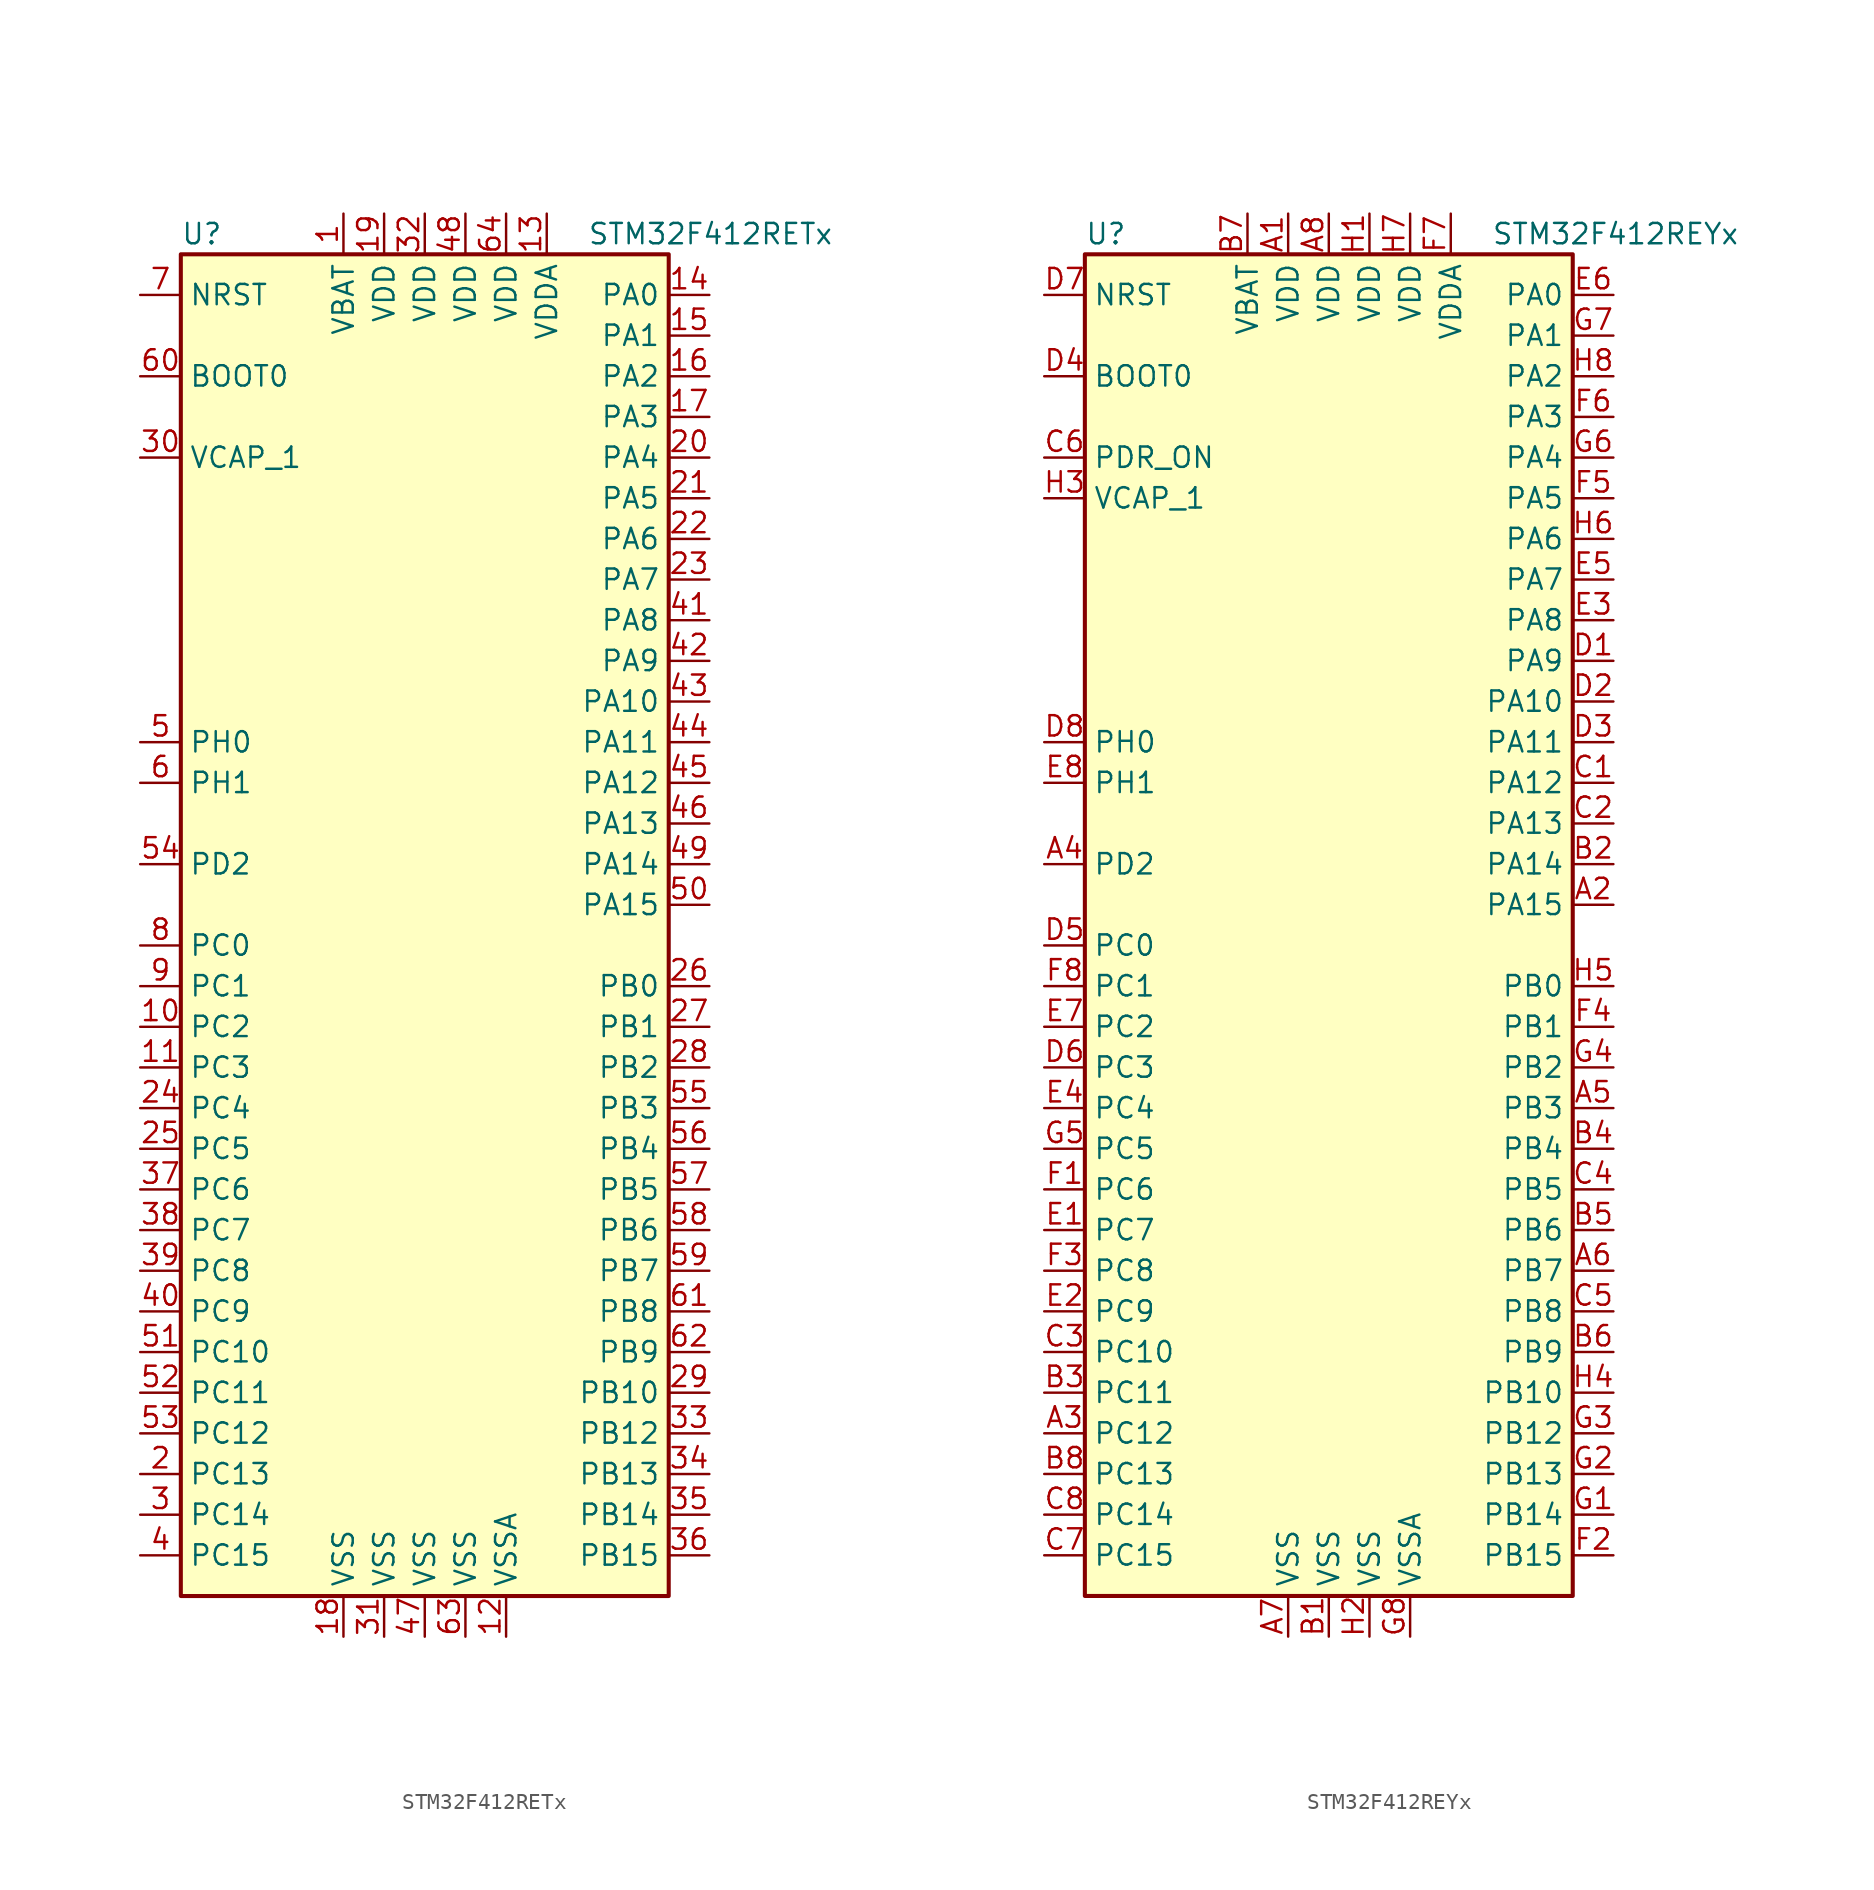
<source format=kicad_sym>
(kicad_symbol_lib
  (version 20201005)
  (generator kicad_symbol_editor)
  (symbol "STM32F412RETx"
    (property "Reference" "U"
      (at -15.24 41.91 0)
      (effects (font (size 1.27 1.27)) (justify left)))
    (property "Value" "STM32F412RETx"
      (at 10.16 41.91 0)
      (effects (font (size 1.27 1.27)) (justify left)))
    (symbol "STM32F412RETx_0_1"
      (rectangle (start -15.24 -43.18) (end 15.24 40.64) (stroke (width 0.254)) (fill (type background))))
    (symbol "STM32F412RETx_1_1"
      (pin input line (at -17.78 33.02 0) (length 2.54) (name "BOOT0" (effects (font (size 1.27 1.27)))) (number "60" (effects (font (size 1.27 1.27)))))
      (pin input line (at -17.78 38.1 0) (length 2.54) (name "NRST" (effects (font (size 1.27 1.27)))) (number "7" (effects (font (size 1.27 1.27)))))
      (pin bidirectional line (at 17.78 38.1 180) (length 2.54) (name "PA0" (effects (font (size 1.27 1.27)))) (number "14" (effects (font (size 1.27 1.27)))))
      (pin bidirectional line (at 17.78 35.56 180) (length 2.54) (name "PA1" (effects (font (size 1.27 1.27)))) (number "15" (effects (font (size 1.27 1.27)))))
      (pin bidirectional line (at 17.78 12.7 180) (length 2.54) (name "PA10" (effects (font (size 1.27 1.27)))) (number "43" (effects (font (size 1.27 1.27)))))
      (pin bidirectional line (at 17.78 10.16 180) (length 2.54) (name "PA11" (effects (font (size 1.27 1.27)))) (number "44" (effects (font (size 1.27 1.27)))))
      (pin bidirectional line (at 17.78 7.62 180) (length 2.54) (name "PA12" (effects (font (size 1.27 1.27)))) (number "45" (effects (font (size 1.27 1.27)))))
      (pin bidirectional line (at 17.78 5.08 180) (length 2.54) (name "PA13" (effects (font (size 1.27 1.27)))) (number "46" (effects (font (size 1.27 1.27)))))
      (pin bidirectional line (at 17.78 2.54 180) (length 2.54) (name "PA14" (effects (font (size 1.27 1.27)))) (number "49" (effects (font (size 1.27 1.27)))))
      (pin bidirectional line (at 17.78 0 180) (length 2.54) (name "PA15" (effects (font (size 1.27 1.27)))) (number "50" (effects (font (size 1.27 1.27)))))
      (pin bidirectional line (at 17.78 33.02 180) (length 2.54) (name "PA2" (effects (font (size 1.27 1.27)))) (number "16" (effects (font (size 1.27 1.27)))))
      (pin bidirectional line (at 17.78 30.48 180) (length 2.54) (name "PA3" (effects (font (size 1.27 1.27)))) (number "17" (effects (font (size 1.27 1.27)))))
      (pin bidirectional line (at 17.78 27.94 180) (length 2.54) (name "PA4" (effects (font (size 1.27 1.27)))) (number "20" (effects (font (size 1.27 1.27)))))
      (pin bidirectional line (at 17.78 25.4 180) (length 2.54) (name "PA5" (effects (font (size 1.27 1.27)))) (number "21" (effects (font (size 1.27 1.27)))))
      (pin bidirectional line (at 17.78 22.86 180) (length 2.54) (name "PA6" (effects (font (size 1.27 1.27)))) (number "22" (effects (font (size 1.27 1.27)))))
      (pin bidirectional line (at 17.78 20.32 180) (length 2.54) (name "PA7" (effects (font (size 1.27 1.27)))) (number "23" (effects (font (size 1.27 1.27)))))
      (pin bidirectional line (at 17.78 17.78 180) (length 2.54) (name "PA8" (effects (font (size 1.27 1.27)))) (number "41" (effects (font (size 1.27 1.27)))))
      (pin bidirectional line (at 17.78 15.24 180) (length 2.54) (name "PA9" (effects (font (size 1.27 1.27)))) (number "42" (effects (font (size 1.27 1.27)))))
      (pin bidirectional line (at 17.78 -5.08 180) (length 2.54) (name "PB0" (effects (font (size 1.27 1.27)))) (number "26" (effects (font (size 1.27 1.27)))))
      (pin bidirectional line (at 17.78 -7.62 180) (length 2.54) (name "PB1" (effects (font (size 1.27 1.27)))) (number "27" (effects (font (size 1.27 1.27)))))
      (pin bidirectional line (at 17.78 -30.48 180) (length 2.54) (name "PB10" (effects (font (size 1.27 1.27)))) (number "29" (effects (font (size 1.27 1.27)))))
      (pin bidirectional line (at 17.78 -33.02 180) (length 2.54) (name "PB12" (effects (font (size 1.27 1.27)))) (number "33" (effects (font (size 1.27 1.27)))))
      (pin bidirectional line (at 17.78 -35.56 180) (length 2.54) (name "PB13" (effects (font (size 1.27 1.27)))) (number "34" (effects (font (size 1.27 1.27)))))
      (pin bidirectional line (at 17.78 -38.1 180) (length 2.54) (name "PB14" (effects (font (size 1.27 1.27)))) (number "35" (effects (font (size 1.27 1.27)))))
      (pin bidirectional line (at 17.78 -40.64 180) (length 2.54) (name "PB15" (effects (font (size 1.27 1.27)))) (number "36" (effects (font (size 1.27 1.27)))))
      (pin bidirectional line (at 17.78 -10.16 180) (length 2.54) (name "PB2" (effects (font (size 1.27 1.27)))) (number "28" (effects (font (size 1.27 1.27)))))
      (pin bidirectional line (at 17.78 -12.7 180) (length 2.54) (name "PB3" (effects (font (size 1.27 1.27)))) (number "55" (effects (font (size 1.27 1.27)))))
      (pin bidirectional line (at 17.78 -15.24 180) (length 2.54) (name "PB4" (effects (font (size 1.27 1.27)))) (number "56" (effects (font (size 1.27 1.27)))))
      (pin bidirectional line (at 17.78 -17.78 180) (length 2.54) (name "PB5" (effects (font (size 1.27 1.27)))) (number "57" (effects (font (size 1.27 1.27)))))
      (pin bidirectional line (at 17.78 -20.32 180) (length 2.54) (name "PB6" (effects (font (size 1.27 1.27)))) (number "58" (effects (font (size 1.27 1.27)))))
      (pin bidirectional line (at 17.78 -22.86 180) (length 2.54) (name "PB7" (effects (font (size 1.27 1.27)))) (number "59" (effects (font (size 1.27 1.27)))))
      (pin bidirectional line (at 17.78 -25.4 180) (length 2.54) (name "PB8" (effects (font (size 1.27 1.27)))) (number "61" (effects (font (size 1.27 1.27)))))
      (pin bidirectional line (at 17.78 -27.94 180) (length 2.54) (name "PB9" (effects (font (size 1.27 1.27)))) (number "62" (effects (font (size 1.27 1.27)))))
      (pin bidirectional line (at -17.78 -2.54 0) (length 2.54) (name "PC0" (effects (font (size 1.27 1.27)))) (number "8" (effects (font (size 1.27 1.27)))))
      (pin bidirectional line (at -17.78 -5.08 0) (length 2.54) (name "PC1" (effects (font (size 1.27 1.27)))) (number "9" (effects (font (size 1.27 1.27)))))
      (pin bidirectional line (at -17.78 -27.94 0) (length 2.54) (name "PC10" (effects (font (size 1.27 1.27)))) (number "51" (effects (font (size 1.27 1.27)))))
      (pin bidirectional line (at -17.78 -30.48 0) (length 2.54) (name "PC11" (effects (font (size 1.27 1.27)))) (number "52" (effects (font (size 1.27 1.27)))))
      (pin bidirectional line (at -17.78 -33.02 0) (length 2.54) (name "PC12" (effects (font (size 1.27 1.27)))) (number "53" (effects (font (size 1.27 1.27)))))
      (pin bidirectional line (at -17.78 -35.56 0) (length 2.54) (name "PC13" (effects (font (size 1.27 1.27)))) (number "2" (effects (font (size 1.27 1.27)))))
      (pin bidirectional line (at -17.78 -38.1 0) (length 2.54) (name "PC14" (effects (font (size 1.27 1.27)))) (number "3" (effects (font (size 1.27 1.27)))))
      (pin bidirectional line (at -17.78 -40.64 0) (length 2.54) (name "PC15" (effects (font (size 1.27 1.27)))) (number "4" (effects (font (size 1.27 1.27)))))
      (pin bidirectional line (at -17.78 -7.62 0) (length 2.54) (name "PC2" (effects (font (size 1.27 1.27)))) (number "10" (effects (font (size 1.27 1.27)))))
      (pin bidirectional line (at -17.78 -10.16 0) (length 2.54) (name "PC3" (effects (font (size 1.27 1.27)))) (number "11" (effects (font (size 1.27 1.27)))))
      (pin bidirectional line (at -17.78 -12.7 0) (length 2.54) (name "PC4" (effects (font (size 1.27 1.27)))) (number "24" (effects (font (size 1.27 1.27)))))
      (pin bidirectional line (at -17.78 -15.24 0) (length 2.54) (name "PC5" (effects (font (size 1.27 1.27)))) (number "25" (effects (font (size 1.27 1.27)))))
      (pin bidirectional line (at -17.78 -17.78 0) (length 2.54) (name "PC6" (effects (font (size 1.27 1.27)))) (number "37" (effects (font (size 1.27 1.27)))))
      (pin bidirectional line (at -17.78 -20.32 0) (length 2.54) (name "PC7" (effects (font (size 1.27 1.27)))) (number "38" (effects (font (size 1.27 1.27)))))
      (pin bidirectional line (at -17.78 -22.86 0) (length 2.54) (name "PC8" (effects (font (size 1.27 1.27)))) (number "39" (effects (font (size 1.27 1.27)))))
      (pin bidirectional line (at -17.78 -25.4 0) (length 2.54) (name "PC9" (effects (font (size 1.27 1.27)))) (number "40" (effects (font (size 1.27 1.27)))))
      (pin bidirectional line (at -17.78 2.54 0) (length 2.54) (name "PD2" (effects (font (size 1.27 1.27)))) (number "54" (effects (font (size 1.27 1.27)))))
      (pin input line (at -17.78 10.16 0) (length 2.54) (name "PH0" (effects (font (size 1.27 1.27)))) (number "5" (effects (font (size 1.27 1.27)))))
      (pin input line (at -17.78 7.62 0) (length 2.54) (name "PH1" (effects (font (size 1.27 1.27)))) (number "6" (effects (font (size 1.27 1.27)))))
      (pin power_in line (at -5.08 43.18 270) (length 2.54) (name "VBAT" (effects (font (size 1.27 1.27)))) (number "1" (effects (font (size 1.27 1.27)))))
      (pin power_in line (at -17.78 27.94 0) (length 2.54) (name "VCAP_1" (effects (font (size 1.27 1.27)))) (number "30" (effects (font (size 1.27 1.27)))))
      (pin power_in line (at -2.54 43.18 270) (length 2.54) (name "VDD" (effects (font (size 1.27 1.27)))) (number "19" (effects (font (size 1.27 1.27)))))
      (pin power_in line (at 0 43.18 270) (length 2.54) (name "VDD" (effects (font (size 1.27 1.27)))) (number "32" (effects (font (size 1.27 1.27)))))
      (pin power_in line (at 2.54 43.18 270) (length 2.54) (name "VDD" (effects (font (size 1.27 1.27)))) (number "48" (effects (font (size 1.27 1.27)))))
      (pin power_in line (at 5.08 43.18 270) (length 2.54) (name "VDD" (effects (font (size 1.27 1.27)))) (number "64" (effects (font (size 1.27 1.27)))))
      (pin power_in line (at 7.62 43.18 270) (length 2.54) (name "VDDA" (effects (font (size 1.27 1.27)))) (number "13" (effects (font (size 1.27 1.27)))))
      (pin power_in line (at -5.08 -45.72 90) (length 2.54) (name "VSS" (effects (font (size 1.27 1.27)))) (number "18" (effects (font (size 1.27 1.27)))))
      (pin power_in line (at -2.54 -45.72 90) (length 2.54) (name "VSS" (effects (font (size 1.27 1.27)))) (number "31" (effects (font (size 1.27 1.27)))))
      (pin power_in line (at 0 -45.72 90) (length 2.54) (name "VSS" (effects (font (size 1.27 1.27)))) (number "47" (effects (font (size 1.27 1.27)))))
      (pin power_in line (at 2.54 -45.72 90) (length 2.54) (name "VSS" (effects (font (size 1.27 1.27)))) (number "63" (effects (font (size 1.27 1.27)))))
      (pin power_in line (at 5.08 -45.72 90) (length 2.54) (name "VSSA" (effects (font (size 1.27 1.27)))) (number "12" (effects (font (size 1.27 1.27)))))))
  (symbol "STM32F412REYx"
    (property "Reference" "U"
      (at -15.24 41.91 0)
      (effects (font (size 1.27 1.27)) (justify left)))
    (property "Value" "STM32F412REYx"
      (at 10.16 41.91 0)
      (effects (font (size 1.27 1.27)) (justify left)))
    (symbol "STM32F412REYx_0_1"
      (rectangle (start -15.24 -43.18) (end 15.24 40.64) (stroke (width 0.254)) (fill (type background))))
    (symbol "STM32F412REYx_1_1"
      (pin input line (at -17.78 33.02 0) (length 2.54) (name "BOOT0" (effects (font (size 1.27 1.27)))) (number "D4" (effects (font (size 1.27 1.27)))))
      (pin input line (at -17.78 38.1 0) (length 2.54) (name "NRST" (effects (font (size 1.27 1.27)))) (number "D7" (effects (font (size 1.27 1.27)))))
      (pin bidirectional line (at 17.78 38.1 180) (length 2.54) (name "PA0" (effects (font (size 1.27 1.27)))) (number "E6" (effects (font (size 1.27 1.27)))))
      (pin bidirectional line (at 17.78 35.56 180) (length 2.54) (name "PA1" (effects (font (size 1.27 1.27)))) (number "G7" (effects (font (size 1.27 1.27)))))
      (pin bidirectional line (at 17.78 12.7 180) (length 2.54) (name "PA10" (effects (font (size 1.27 1.27)))) (number "D2" (effects (font (size 1.27 1.27)))))
      (pin bidirectional line (at 17.78 10.16 180) (length 2.54) (name "PA11" (effects (font (size 1.27 1.27)))) (number "D3" (effects (font (size 1.27 1.27)))))
      (pin bidirectional line (at 17.78 7.62 180) (length 2.54) (name "PA12" (effects (font (size 1.27 1.27)))) (number "C1" (effects (font (size 1.27 1.27)))))
      (pin bidirectional line (at 17.78 5.08 180) (length 2.54) (name "PA13" (effects (font (size 1.27 1.27)))) (number "C2" (effects (font (size 1.27 1.27)))))
      (pin bidirectional line (at 17.78 2.54 180) (length 2.54) (name "PA14" (effects (font (size 1.27 1.27)))) (number "B2" (effects (font (size 1.27 1.27)))))
      (pin bidirectional line (at 17.78 0 180) (length 2.54) (name "PA15" (effects (font (size 1.27 1.27)))) (number "A2" (effects (font (size 1.27 1.27)))))
      (pin bidirectional line (at 17.78 33.02 180) (length 2.54) (name "PA2" (effects (font (size 1.27 1.27)))) (number "H8" (effects (font (size 1.27 1.27)))))
      (pin bidirectional line (at 17.78 30.48 180) (length 2.54) (name "PA3" (effects (font (size 1.27 1.27)))) (number "F6" (effects (font (size 1.27 1.27)))))
      (pin bidirectional line (at 17.78 27.94 180) (length 2.54) (name "PA4" (effects (font (size 1.27 1.27)))) (number "G6" (effects (font (size 1.27 1.27)))))
      (pin bidirectional line (at 17.78 25.4 180) (length 2.54) (name "PA5" (effects (font (size 1.27 1.27)))) (number "F5" (effects (font (size 1.27 1.27)))))
      (pin bidirectional line (at 17.78 22.86 180) (length 2.54) (name "PA6" (effects (font (size 1.27 1.27)))) (number "H6" (effects (font (size 1.27 1.27)))))
      (pin bidirectional line (at 17.78 20.32 180) (length 2.54) (name "PA7" (effects (font (size 1.27 1.27)))) (number "E5" (effects (font (size 1.27 1.27)))))
      (pin bidirectional line (at 17.78 17.78 180) (length 2.54) (name "PA8" (effects (font (size 1.27 1.27)))) (number "E3" (effects (font (size 1.27 1.27)))))
      (pin bidirectional line (at 17.78 15.24 180) (length 2.54) (name "PA9" (effects (font (size 1.27 1.27)))) (number "D1" (effects (font (size 1.27 1.27)))))
      (pin bidirectional line (at 17.78 -5.08 180) (length 2.54) (name "PB0" (effects (font (size 1.27 1.27)))) (number "H5" (effects (font (size 1.27 1.27)))))
      (pin bidirectional line (at 17.78 -7.62 180) (length 2.54) (name "PB1" (effects (font (size 1.27 1.27)))) (number "F4" (effects (font (size 1.27 1.27)))))
      (pin bidirectional line (at 17.78 -30.48 180) (length 2.54) (name "PB10" (effects (font (size 1.27 1.27)))) (number "H4" (effects (font (size 1.27 1.27)))))
      (pin bidirectional line (at 17.78 -33.02 180) (length 2.54) (name "PB12" (effects (font (size 1.27 1.27)))) (number "G3" (effects (font (size 1.27 1.27)))))
      (pin bidirectional line (at 17.78 -35.56 180) (length 2.54) (name "PB13" (effects (font (size 1.27 1.27)))) (number "G2" (effects (font (size 1.27 1.27)))))
      (pin bidirectional line (at 17.78 -38.1 180) (length 2.54) (name "PB14" (effects (font (size 1.27 1.27)))) (number "G1" (effects (font (size 1.27 1.27)))))
      (pin bidirectional line (at 17.78 -40.64 180) (length 2.54) (name "PB15" (effects (font (size 1.27 1.27)))) (number "F2" (effects (font (size 1.27 1.27)))))
      (pin bidirectional line (at 17.78 -10.16 180) (length 2.54) (name "PB2" (effects (font (size 1.27 1.27)))) (number "G4" (effects (font (size 1.27 1.27)))))
      (pin bidirectional line (at 17.78 -12.7 180) (length 2.54) (name "PB3" (effects (font (size 1.27 1.27)))) (number "A5" (effects (font (size 1.27 1.27)))))
      (pin bidirectional line (at 17.78 -15.24 180) (length 2.54) (name "PB4" (effects (font (size 1.27 1.27)))) (number "B4" (effects (font (size 1.27 1.27)))))
      (pin bidirectional line (at 17.78 -17.78 180) (length 2.54) (name "PB5" (effects (font (size 1.27 1.27)))) (number "C4" (effects (font (size 1.27 1.27)))))
      (pin bidirectional line (at 17.78 -20.32 180) (length 2.54) (name "PB6" (effects (font (size 1.27 1.27)))) (number "B5" (effects (font (size 1.27 1.27)))))
      (pin bidirectional line (at 17.78 -22.86 180) (length 2.54) (name "PB7" (effects (font (size 1.27 1.27)))) (number "A6" (effects (font (size 1.27 1.27)))))
      (pin bidirectional line (at 17.78 -25.4 180) (length 2.54) (name "PB8" (effects (font (size 1.27 1.27)))) (number "C5" (effects (font (size 1.27 1.27)))))
      (pin bidirectional line (at 17.78 -27.94 180) (length 2.54) (name "PB9" (effects (font (size 1.27 1.27)))) (number "B6" (effects (font (size 1.27 1.27)))))
      (pin bidirectional line (at -17.78 -2.54 0) (length 2.54) (name "PC0" (effects (font (size 1.27 1.27)))) (number "D5" (effects (font (size 1.27 1.27)))))
      (pin bidirectional line (at -17.78 -5.08 0) (length 2.54) (name "PC1" (effects (font (size 1.27 1.27)))) (number "F8" (effects (font (size 1.27 1.27)))))
      (pin bidirectional line (at -17.78 -27.94 0) (length 2.54) (name "PC10" (effects (font (size 1.27 1.27)))) (number "C3" (effects (font (size 1.27 1.27)))))
      (pin bidirectional line (at -17.78 -30.48 0) (length 2.54) (name "PC11" (effects (font (size 1.27 1.27)))) (number "B3" (effects (font (size 1.27 1.27)))))
      (pin bidirectional line (at -17.78 -33.02 0) (length 2.54) (name "PC12" (effects (font (size 1.27 1.27)))) (number "A3" (effects (font (size 1.27 1.27)))))
      (pin bidirectional line (at -17.78 -35.56 0) (length 2.54) (name "PC13" (effects (font (size 1.27 1.27)))) (number "B8" (effects (font (size 1.27 1.27)))))
      (pin bidirectional line (at -17.78 -38.1 0) (length 2.54) (name "PC14" (effects (font (size 1.27 1.27)))) (number "C8" (effects (font (size 1.27 1.27)))))
      (pin bidirectional line (at -17.78 -40.64 0) (length 2.54) (name "PC15" (effects (font (size 1.27 1.27)))) (number "C7" (effects (font (size 1.27 1.27)))))
      (pin bidirectional line (at -17.78 -7.62 0) (length 2.54) (name "PC2" (effects (font (size 1.27 1.27)))) (number "E7" (effects (font (size 1.27 1.27)))))
      (pin bidirectional line (at -17.78 -10.16 0) (length 2.54) (name "PC3" (effects (font (size 1.27 1.27)))) (number "D6" (effects (font (size 1.27 1.27)))))
      (pin bidirectional line (at -17.78 -12.7 0) (length 2.54) (name "PC4" (effects (font (size 1.27 1.27)))) (number "E4" (effects (font (size 1.27 1.27)))))
      (pin bidirectional line (at -17.78 -15.24 0) (length 2.54) (name "PC5" (effects (font (size 1.27 1.27)))) (number "G5" (effects (font (size 1.27 1.27)))))
      (pin bidirectional line (at -17.78 -17.78 0) (length 2.54) (name "PC6" (effects (font (size 1.27 1.27)))) (number "F1" (effects (font (size 1.27 1.27)))))
      (pin bidirectional line (at -17.78 -20.32 0) (length 2.54) (name "PC7" (effects (font (size 1.27 1.27)))) (number "E1" (effects (font (size 1.27 1.27)))))
      (pin bidirectional line (at -17.78 -22.86 0) (length 2.54) (name "PC8" (effects (font (size 1.27 1.27)))) (number "F3" (effects (font (size 1.27 1.27)))))
      (pin bidirectional line (at -17.78 -25.4 0) (length 2.54) (name "PC9" (effects (font (size 1.27 1.27)))) (number "E2" (effects (font (size 1.27 1.27)))))
      (pin bidirectional line (at -17.78 2.54 0) (length 2.54) (name "PD2" (effects (font (size 1.27 1.27)))) (number "A4" (effects (font (size 1.27 1.27)))))
      (pin power_in line (at -17.78 27.94 0) (length 2.54) (name "PDR_ON" (effects (font (size 1.27 1.27)))) (number "C6" (effects (font (size 1.27 1.27)))))
      (pin input line (at -17.78 10.16 0) (length 2.54) (name "PH0" (effects (font (size 1.27 1.27)))) (number "D8" (effects (font (size 1.27 1.27)))))
      (pin input line (at -17.78 7.62 0) (length 2.54) (name "PH1" (effects (font (size 1.27 1.27)))) (number "E8" (effects (font (size 1.27 1.27)))))
      (pin power_in line (at -5.08 43.18 270) (length 2.54) (name "VBAT" (effects (font (size 1.27 1.27)))) (number "B7" (effects (font (size 1.27 1.27)))))
      (pin power_in line (at -17.78 25.4 0) (length 2.54) (name "VCAP_1" (effects (font (size 1.27 1.27)))) (number "H3" (effects (font (size 1.27 1.27)))))
      (pin power_in line (at -2.54 43.18 270) (length 2.54) (name "VDD" (effects (font (size 1.27 1.27)))) (number "A1" (effects (font (size 1.27 1.27)))))
      (pin power_in line (at 0 43.18 270) (length 2.54) (name "VDD" (effects (font (size 1.27 1.27)))) (number "A8" (effects (font (size 1.27 1.27)))))
      (pin power_in line (at 2.54 43.18 270) (length 2.54) (name "VDD" (effects (font (size 1.27 1.27)))) (number "H1" (effects (font (size 1.27 1.27)))))
      (pin power_in line (at 5.08 43.18 270) (length 2.54) (name "VDD" (effects (font (size 1.27 1.27)))) (number "H7" (effects (font (size 1.27 1.27)))))
      (pin power_in line (at 7.62 43.18 270) (length 2.54) (name "VDDA" (effects (font (size 1.27 1.27)))) (number "F7" (effects (font (size 1.27 1.27)))))
      (pin power_in line (at -2.54 -45.72 90) (length 2.54) (name "VSS" (effects (font (size 1.27 1.27)))) (number "A7" (effects (font (size 1.27 1.27)))))
      (pin power_in line (at 0 -45.72 90) (length 2.54) (name "VSS" (effects (font (size 1.27 1.27)))) (number "B1" (effects (font (size 1.27 1.27)))))
      (pin power_in line (at 2.54 -45.72 90) (length 2.54) (name "VSS" (effects (font (size 1.27 1.27)))) (number "H2" (effects (font (size 1.27 1.27)))))
      (pin power_in line (at 5.08 -45.72 90) (length 2.54) (name "VSSA" (effects (font (size 1.27 1.27)))) (number "G8" (effects (font (size 1.27 1.27))))))))
</source>
